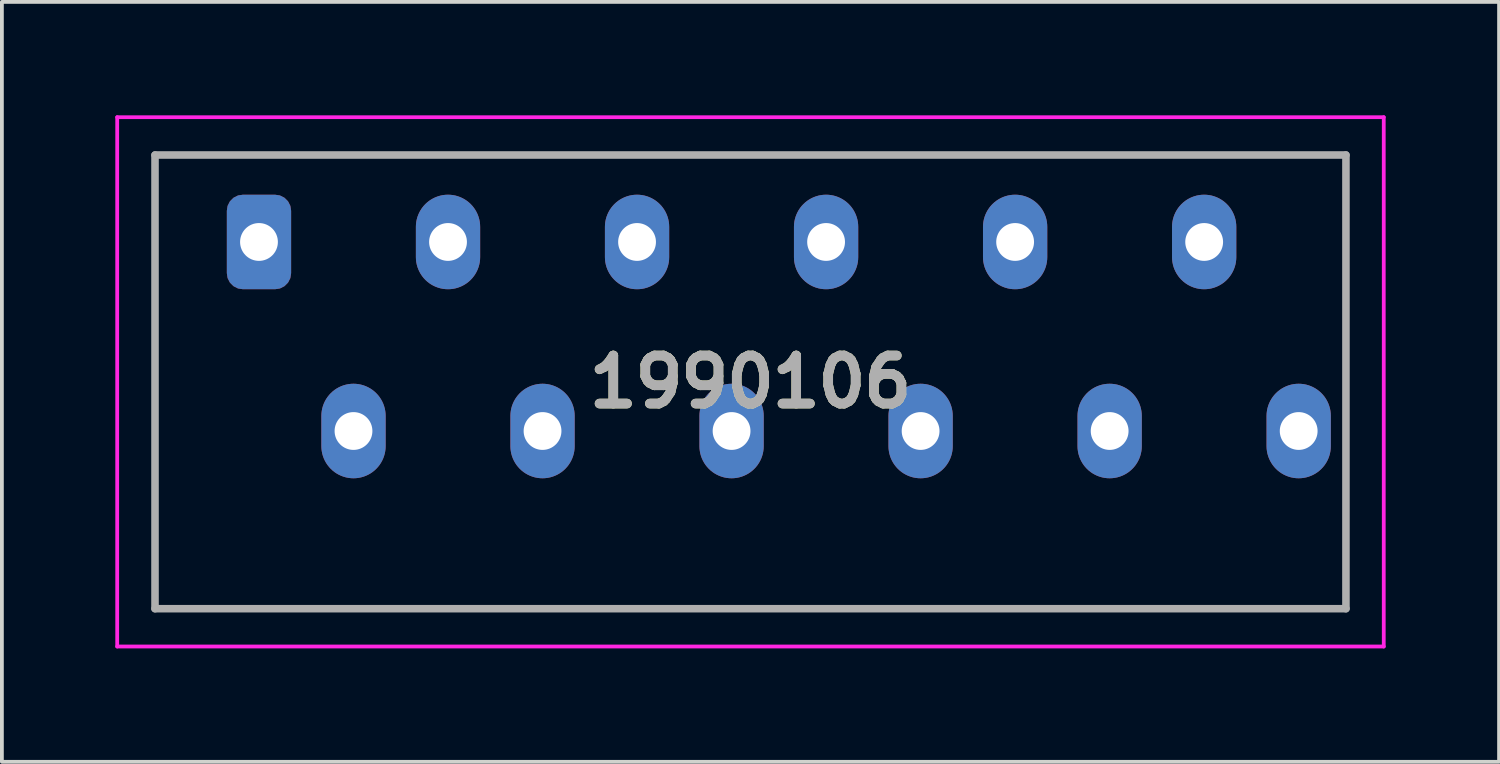
<source format=kicad_pcb>
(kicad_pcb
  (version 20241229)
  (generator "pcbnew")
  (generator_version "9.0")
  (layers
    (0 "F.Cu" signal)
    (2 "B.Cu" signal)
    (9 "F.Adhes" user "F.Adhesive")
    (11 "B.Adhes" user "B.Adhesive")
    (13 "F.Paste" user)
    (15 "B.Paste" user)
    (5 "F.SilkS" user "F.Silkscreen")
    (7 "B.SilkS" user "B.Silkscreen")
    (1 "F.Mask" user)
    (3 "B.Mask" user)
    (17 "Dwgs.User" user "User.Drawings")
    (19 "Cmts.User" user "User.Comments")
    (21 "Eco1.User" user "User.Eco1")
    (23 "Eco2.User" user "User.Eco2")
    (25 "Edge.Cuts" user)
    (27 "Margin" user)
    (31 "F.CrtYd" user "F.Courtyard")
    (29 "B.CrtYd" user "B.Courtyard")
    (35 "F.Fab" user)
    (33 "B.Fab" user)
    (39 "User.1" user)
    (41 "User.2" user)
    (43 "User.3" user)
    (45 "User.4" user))
  (footprint "1990106"
    (layer "F.Cu")
    (at 3.8 8.35)
    (property "Reference" "1990106" (at 13 -1.3 0) (layer "F.SilkS") (effects (font (size 1.27 1.27) (thickness 0.254))))
    (attr through_hole)
    (fp_line (start -2.75 -7.3) (end 28.75 -7.3) (stroke (width 0.1) (type solid)) (layer "F.SilkS"))
    (fp_line (start -2.75 4.7) (end -2.75 -7.3) (stroke (width 0.1) (type solid)) (layer "F.SilkS"))
    (fp_line (start 28.75 -7.3) (end 28.75 4.7) (stroke (width 0.1) (type solid)) (layer "F.SilkS"))
    (fp_line (start 28.75 4.7) (end -2.75 4.7) (stroke (width 0.1) (type solid)) (layer "F.SilkS"))
    (fp_line (start -3.75 -8.3) (end 29.75 -8.3) (stroke (width 0.1) (type solid)) (layer "F.CrtYd"))
    (fp_line (start -3.75 5.7) (end -3.75 -8.3) (stroke (width 0.1) (type solid)) (layer "F.CrtYd"))
    (fp_line (start 29.75 -8.3) (end 29.75 5.7) (stroke (width 0.1) (type solid)) (layer "F.CrtYd"))
    (fp_line (start 29.75 5.7) (end -3.75 5.7) (stroke (width 0.1) (type solid)) (layer "F.CrtYd"))
    (fp_line (start -2.75 -7.3) (end 28.75 -7.3) (stroke (width 0.2) (type solid)) (layer "F.Fab"))
    (fp_line (start -2.75 4.7) (end -2.75 -7.3) (stroke (width 0.2) (type solid)) (layer "F.Fab"))
    (fp_line (start 28.75 -7.3) (end 28.75 4.7) (stroke (width 0.2) (type solid)) (layer "F.Fab"))
    (fp_line (start 28.75 4.7) (end -2.75 4.7) (stroke (width 0.2) (type solid)) (layer "F.Fab"))
    (fp_text user "${REFERENCE}" (at 13 -1.3 0) (layer "F.Fab") (effects (font (size 1.27 1.27) (thickness 0.254))))
    (pad "1" thru_hole roundrect (at 0 -5 90) (size 2.5 1.7) (drill 1) (layers "*.Cu" "*.Mask") (roundrect_rratio 0.25))
    (pad "2" thru_hole oval (at 2.5 0 90) (size 2.5 1.7) (drill 1) (layers "*.Cu" "*.Mask"))
    (pad "3" thru_hole oval (at 5 -5 90) (size 2.5 1.7) (drill 1) (layers "*.Cu" "*.Mask"))
    (pad "4" thru_hole oval (at 7.5 0 90) (size 2.5 1.7) (drill 1) (layers "*.Cu" "*.Mask"))
    (pad "5" thru_hole oval (at 10 -5 90) (size 2.5 1.7) (drill 1) (layers "*.Cu" "*.Mask"))
    (pad "6" thru_hole oval (at 12.5 0 90) (size 2.5 1.7) (drill 1) (layers "*.Cu" "*.Mask"))
    (pad "7" thru_hole oval (at 15 -5 90) (size 2.5 1.7) (drill 1) (layers "*.Cu" "*.Mask"))
    (pad "8" thru_hole oval (at 17.5 0 90) (size 2.5 1.7) (drill 1) (layers "*.Cu" "*.Mask"))
    (pad "9" thru_hole oval (at 20 -5 90) (size 2.5 1.7) (drill 1) (layers "*.Cu" "*.Mask"))
    (pad "10" thru_hole oval (at 22.5 0 90) (size 2.5 1.7) (drill 1) (layers "*.Cu" "*.Mask"))
    (pad "11" thru_hole oval (at 25 -5 90) (size 2.5 1.7) (drill 1) (layers "*.Cu" "*.Mask"))
    (pad "12" thru_hole oval (at 27.5 0 90) (size 2.5 1.7) (drill 1) (layers "*.Cu" "*.Mask")))
  (gr_rect
    (start -3 -3)
    (end 36.6 17.1)
    (stroke (width 0.1) (type default))
    (fill no)
    (layer "Edge.Cuts")))
</source>
